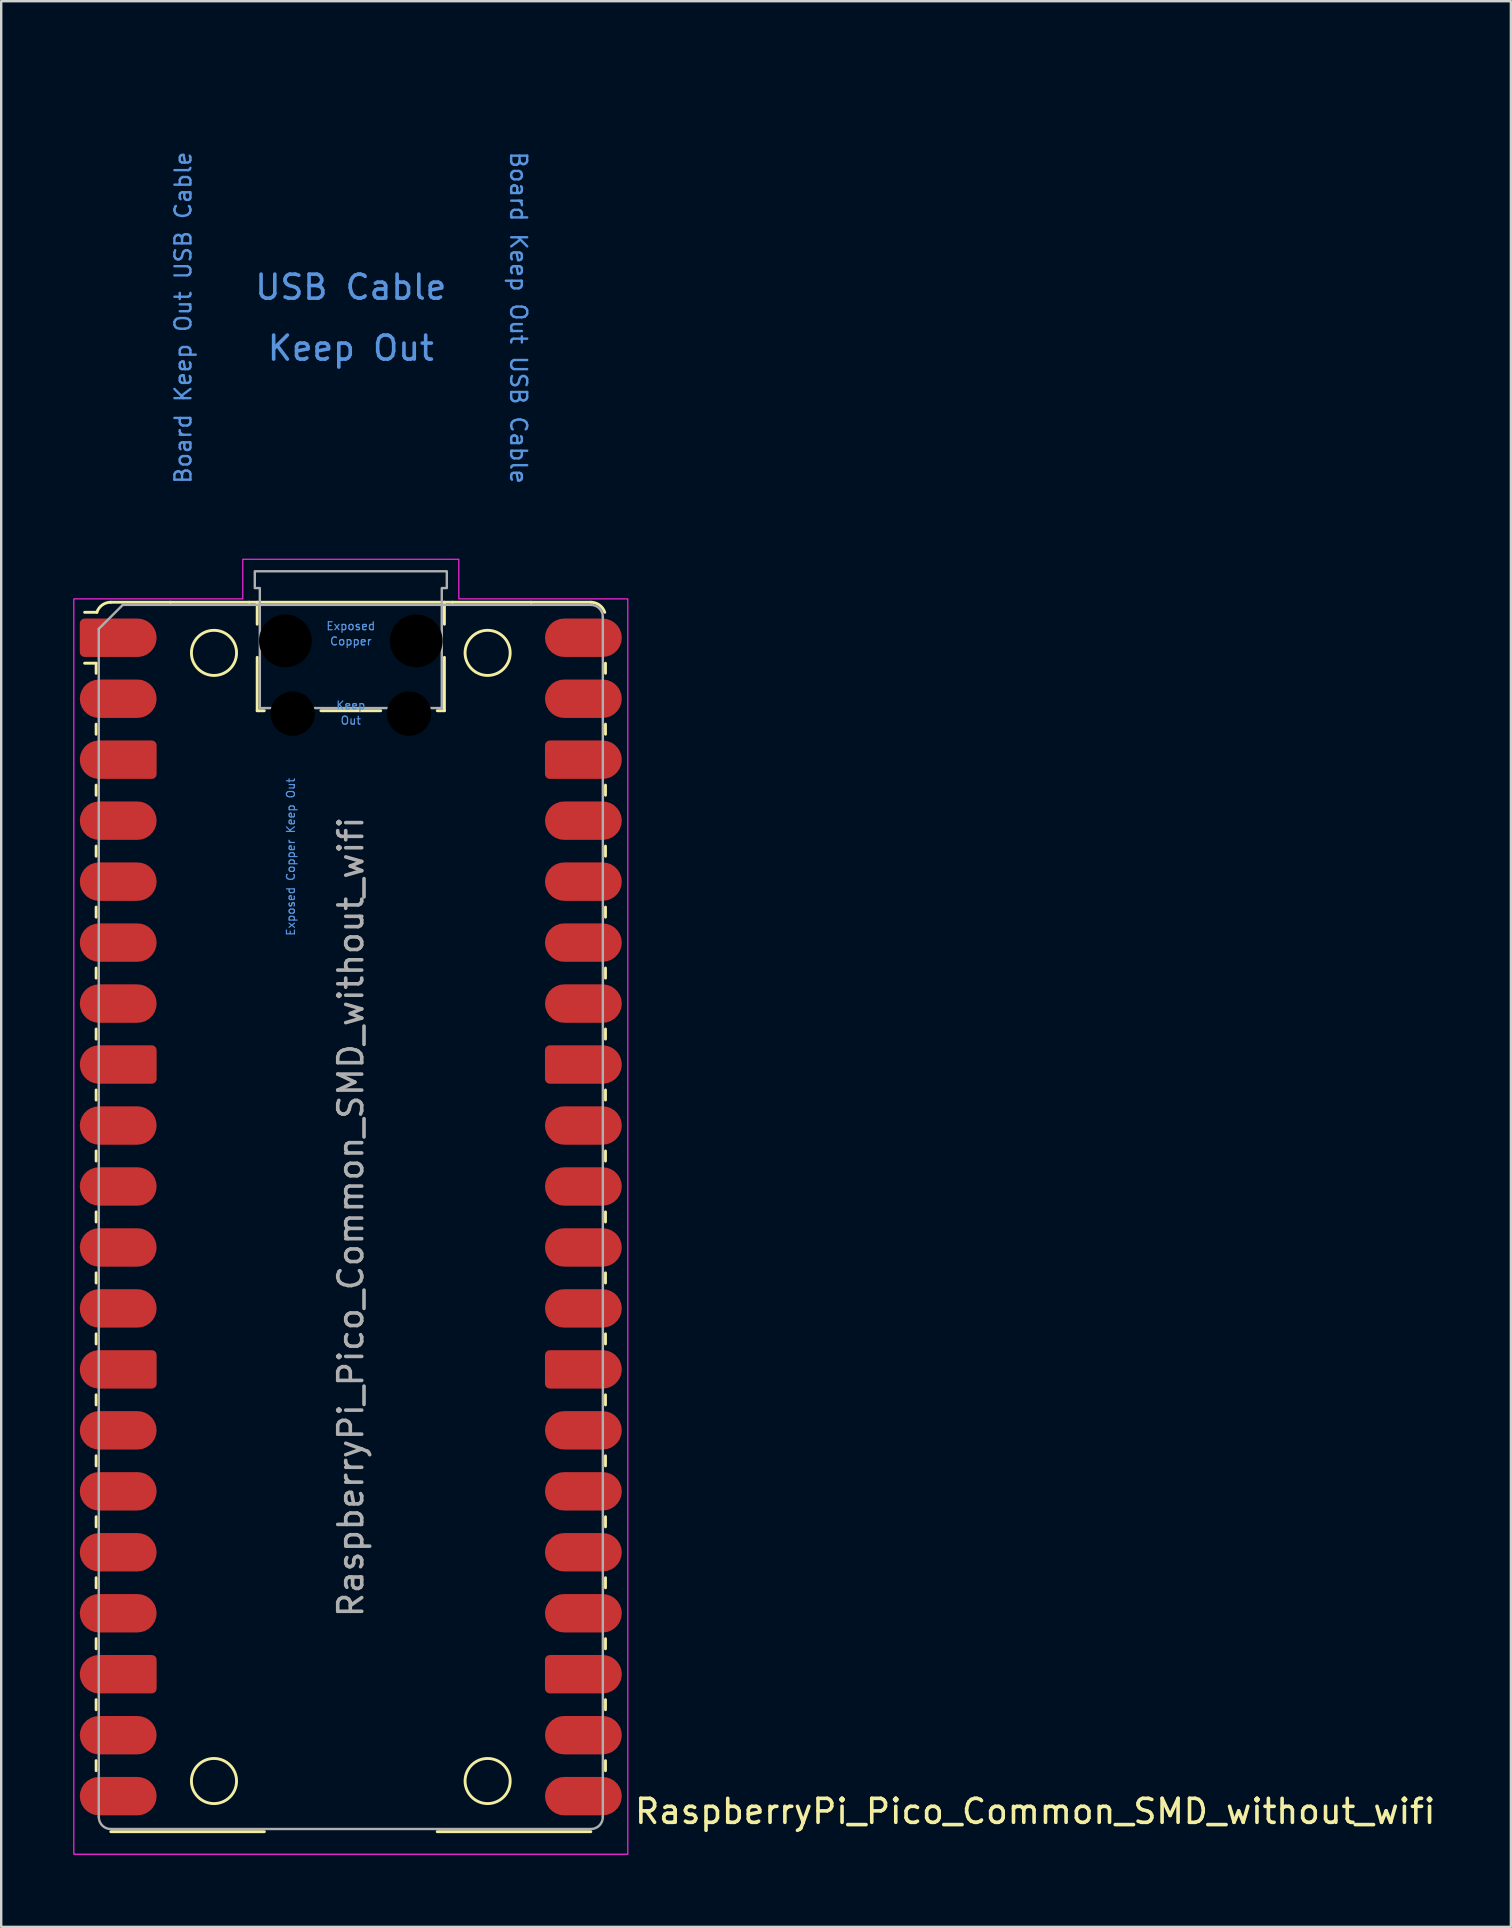
<source format=kicad_pcb>
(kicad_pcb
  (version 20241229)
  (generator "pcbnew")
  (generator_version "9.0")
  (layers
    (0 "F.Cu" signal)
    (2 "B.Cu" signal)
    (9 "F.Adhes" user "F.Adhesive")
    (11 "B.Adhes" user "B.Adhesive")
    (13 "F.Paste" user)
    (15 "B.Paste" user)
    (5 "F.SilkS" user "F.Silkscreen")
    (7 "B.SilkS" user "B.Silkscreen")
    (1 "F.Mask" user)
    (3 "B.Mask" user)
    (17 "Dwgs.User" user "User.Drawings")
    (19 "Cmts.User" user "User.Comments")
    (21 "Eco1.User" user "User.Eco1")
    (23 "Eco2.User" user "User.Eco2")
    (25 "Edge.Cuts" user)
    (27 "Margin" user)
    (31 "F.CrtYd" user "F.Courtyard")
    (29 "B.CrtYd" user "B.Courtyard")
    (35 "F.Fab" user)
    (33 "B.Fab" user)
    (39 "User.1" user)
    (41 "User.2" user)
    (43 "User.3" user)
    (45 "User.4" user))
  (footprint "RaspberryPi_Pico_Common_SMD_without_wifi"
    (layer "F.Cu")
    (at 11.565 47.65)
    (property "Reference" "RaspberryPi_Pico_Common_SMD_without_wifi" (at 11.748 24.765 0) (unlocked yes) (layer "F.SilkS") (effects (font (size 1 1) (thickness 0.15)) (justify left)))
    (attr smd)
    (fp_line (start -10.61 -23.07) (end -11.09 -23.07) (stroke (width 0.12) (type solid)) (layer "F.SilkS"))
    (fp_line (start -10.61 -23.07) (end -10.61 -22.65) (stroke (width 0.12) (type solid)) (layer "F.SilkS"))
    (fp_line (start -10.61 -20.53) (end -10.61 -20.11) (stroke (width 0.12) (type solid)) (layer "F.SilkS"))
    (fp_line (start -10.61 -17.99) (end -10.61 -17.57) (stroke (width 0.12) (type solid)) (layer "F.SilkS"))
    (fp_line (start -10.61 -15.45) (end -10.61 -15.03) (stroke (width 0.12) (type solid)) (layer "F.SilkS"))
    (fp_line (start -10.61 -12.91) (end -10.61 -12.49) (stroke (width 0.12) (type solid)) (layer "F.SilkS"))
    (fp_line (start -10.61 -10.37) (end -10.61 -9.95) (stroke (width 0.12) (type solid)) (layer "F.SilkS"))
    (fp_line (start -10.61 -7.83) (end -10.61 -7.41) (stroke (width 0.12) (type solid)) (layer "F.SilkS"))
    (fp_line (start -10.61 -5.29) (end -10.61 -4.87) (stroke (width 0.12) (type solid)) (layer "F.SilkS"))
    (fp_line (start -10.61 -2.75) (end -10.61 -2.33) (stroke (width 0.12) (type solid)) (layer "F.SilkS"))
    (fp_line (start -10.61 -0.21) (end -10.61 0.21) (stroke (width 0.12) (type solid)) (layer "F.SilkS"))
    (fp_line (start -10.61 2.33) (end -10.61 2.75) (stroke (width 0.12) (type solid)) (layer "F.SilkS"))
    (fp_line (start -10.61 4.87) (end -10.61 5.29) (stroke (width 0.12) (type solid)) (layer "F.SilkS"))
    (fp_line (start -10.61 7.41) (end -10.61 7.83) (stroke (width 0.12) (type solid)) (layer "F.SilkS"))
    (fp_line (start -10.61 9.95) (end -10.61 10.37) (stroke (width 0.12) (type solid)) (layer "F.SilkS"))
    (fp_line (start -10.61 12.49) (end -10.61 12.91) (stroke (width 0.12) (type solid)) (layer "F.SilkS"))
    (fp_line (start -10.61 15.03) (end -10.61 15.45) (stroke (width 0.12) (type solid)) (layer "F.SilkS"))
    (fp_line (start -10.61 17.57) (end -10.61 17.99) (stroke (width 0.12) (type solid)) (layer "F.SilkS"))
    (fp_line (start -10.61 20.11) (end -10.61 20.53) (stroke (width 0.12) (type solid)) (layer "F.SilkS"))
    (fp_line (start -10.61 22.65) (end -10.61 23.07) (stroke (width 0.12) (type solid)) (layer "F.SilkS"))
    (fp_line (start -10.58 -25.19) (end -11.09 -25.19) (stroke (width 0.12) (type solid)) (layer "F.SilkS"))
    (fp_line (start -10 -25.61) (end -7.51 -25.61) (stroke (width 0.12) (type solid)) (layer "F.SilkS"))
    (fp_line (start -10 25.61) (end -3.6 25.61) (stroke (width 0.12) (type solid)) (layer "F.SilkS"))
    (fp_line (start -7.51 -25.61) (end -4.235 -25.61) (stroke (width 0.12) (type solid)) (layer "F.SilkS"))
    (fp_line (start -4.235 -25.61) (end 4.235 -25.61) (stroke (width 0.12) (type solid)) (layer "F.SilkS"))
    (fp_line (start -3.9 -25.61) (end -3.9 -24.694) (stroke (width 0.12) (type solid)) (layer "F.SilkS"))
    (fp_line (start -3.9 -23.315) (end -3.9 -21.09) (stroke (width 0.12) (type solid)) (layer "F.SilkS"))
    (fp_line (start -3.9 -21.09) (end -3.604 -21.09) (stroke (width 0.12) (type solid)) (layer "F.SilkS"))
    (fp_line (start -1.246 -21.09) (end 1.246 -21.09) (stroke (width 0.12) (type solid)) (layer "F.SilkS"))
    (fp_line (start 3.6 25.61) (end 10 25.61) (stroke (width 0.12) (type solid)) (layer "F.SilkS"))
    (fp_line (start 3.604 -21.09) (end 3.9 -21.09) (stroke (width 0.12) (type solid)) (layer "F.SilkS"))
    (fp_line (start 3.9 -25.61) (end 3.9 -24.694) (stroke (width 0.12) (type solid)) (layer "F.SilkS"))
    (fp_line (start 3.9 -23.315) (end 3.9 -21.09) (stroke (width 0.12) (type solid)) (layer "F.SilkS"))
    (fp_line (start 4.235 -25.61) (end 7.51 -25.61) (stroke (width 0.12) (type solid)) (layer "F.SilkS"))
    (fp_line (start 10 -25.61) (end 7.51 -25.61) (stroke (width 0.12) (type solid)) (layer "F.SilkS"))
    (fp_line (start 10.61 -23.07) (end 10.61 -22.65) (stroke (width 0.12) (type solid)) (layer "F.SilkS"))
    (fp_line (start 10.61 -20.53) (end 10.61 -20.11) (stroke (width 0.12) (type solid)) (layer "F.SilkS"))
    (fp_line (start 10.61 -17.99) (end 10.61 -17.57) (stroke (width 0.12) (type solid)) (layer "F.SilkS"))
    (fp_line (start 10.61 -15.45) (end 10.61 -15.03) (stroke (width 0.12) (type solid)) (layer "F.SilkS"))
    (fp_line (start 10.61 -12.91) (end 10.61 -12.49) (stroke (width 0.12) (type solid)) (layer "F.SilkS"))
    (fp_line (start 10.61 -10.37) (end 10.61 -9.95) (stroke (width 0.12) (type solid)) (layer "F.SilkS"))
    (fp_line (start 10.61 -7.83) (end 10.61 -7.41) (stroke (width 0.12) (type solid)) (layer "F.SilkS"))
    (fp_line (start 10.61 -5.29) (end 10.61 -4.87) (stroke (width 0.12) (type solid)) (layer "F.SilkS"))
    (fp_line (start 10.61 -2.75) (end 10.61 -2.33) (stroke (width 0.12) (type solid)) (layer "F.SilkS"))
    (fp_line (start 10.61 -0.21) (end 10.61 0.21) (stroke (width 0.12) (type solid)) (layer "F.SilkS"))
    (fp_line (start 10.61 2.33) (end 10.61 2.75) (stroke (width 0.12) (type solid)) (layer "F.SilkS"))
    (fp_line (start 10.61 4.87) (end 10.61 5.29) (stroke (width 0.12) (type solid)) (layer "F.SilkS"))
    (fp_line (start 10.61 7.41) (end 10.61 7.83) (stroke (width 0.12) (type solid)) (layer "F.SilkS"))
    (fp_line (start 10.61 9.95) (end 10.61 10.37) (stroke (width 0.12) (type solid)) (layer "F.SilkS"))
    (fp_line (start 10.61 12.49) (end 10.61 12.91) (stroke (width 0.12) (type solid)) (layer "F.SilkS"))
    (fp_line (start 10.61 15.03) (end 10.61 15.45) (stroke (width 0.12) (type solid)) (layer "F.SilkS"))
    (fp_line (start 10.61 17.57) (end 10.61 17.99) (stroke (width 0.12) (type solid)) (layer "F.SilkS"))
    (fp_line (start 10.61 20.11) (end 10.61 20.53) (stroke (width 0.12) (type solid)) (layer "F.SilkS"))
    (fp_line (start 10.61 22.65) (end 10.61 23.07) (stroke (width 0.12) (type solid)) (layer "F.SilkS"))
    (fp_arc (start -10.579676 -25.189937) (mid -10.357938 -25.493944) (end -10 -25.61) (stroke (width 0.12) (type solid)) (layer "F.SilkS"))
    (fp_arc (start 10 -25.61) (mid 10.357937 -25.493944) (end 10.579676 -25.189937) (stroke (width 0.12) (type solid)) (layer "F.SilkS"))
    (fp_circle (center -5.7 -23.5) (end -4.76 -23.5) (stroke (width 0.12) (type solid)) (fill no) (layer "F.SilkS"))
    (fp_circle (center -5.7 23.5) (end -4.76 23.5) (stroke (width 0.12) (type solid)) (fill no) (layer "F.SilkS"))
    (fp_circle (center 5.7 -23.5) (end 6.64 -23.5) (stroke (width 0.12) (type solid)) (fill no) (layer "F.SilkS"))
    (fp_circle (center 5.7 23.5) (end 6.64 23.5) (stroke (width 0.12) (type solid)) (fill no) (layer "F.SilkS"))
    (fp_poly (pts (xy -4.5 -27.4) (xy 4.5 -27.4) (xy 4.5 -25.75) (xy 11.54 -25.75) (xy 11.54 26.55) (xy -11.54 26.55) (xy -11.54 -25.75) (xy -4.5 -25.75)) (stroke (width 0.05) (type solid)) (fill no) (layer "F.CrtYd"))
    (fp_line (start -10.5 -24.5) (end -9.5 -25.5) (stroke (width 0.1) (type solid)) (layer "F.Fab"))
    (fp_line (start -10.5 25) (end -10.5 -24.5) (stroke (width 0.1) (type solid)) (layer "F.Fab"))
    (fp_line (start -9.5 -25.5) (end 10 -25.5) (stroke (width 0.1) (type solid)) (layer "F.Fab"))
    (fp_line (start 10 25.5) (end -10 25.5) (stroke (width 0.1) (type solid)) (layer "F.Fab"))
    (fp_line (start 10.5 -25) (end 10.5 25) (stroke (width 0.1) (type solid)) (layer "F.Fab"))
    (fp_arc (start -10 25.5) (mid -10.353553 25.353553) (end -10.5 25) (stroke (width 0.1) (type solid)) (layer "F.Fab"))
    (fp_arc (start 10 -25.5) (mid 10.353553 -25.353553) (end 10.5 -25) (stroke (width 0.1) (type solid)) (layer "F.Fab"))
    (fp_arc (start 10.5 25) (mid 10.353553 25.353553) (end 10 25.5) (stroke (width 0.1) (type solid)) (layer "F.Fab"))
    (fp_poly (pts (xy 3.79 -21.2) (xy 3.79 -26.2) (xy 4 -26.2) (xy 4 -26.9) (xy -4 -26.9) (xy -4 -26.2) (xy -3.79 -26.2) (xy -3.79 -21.2)) (stroke (width 0.1) (type solid)) (fill no) (layer "F.Fab"))
    (fp_text user "Exposed" (at 0 -24.617 0) (unlocked yes) (layer "Cmts.User") (effects (font (size 0.333 0.333) (thickness 0.05))))
    (fp_text user "Board Keep Out USB Cable" (at -6.985 -37.465 90) (unlocked yes) (layer "Cmts.User") (effects (font (size 0.667 0.667) (thickness 0.1))))
    (fp_text user "Keep Out" (at 0 -36.195 0) (unlocked yes) (layer "Cmts.User") (effects (font (size 1 1) (thickness 0.15))))
    (fp_text user "Copper" (at 0 -23.983 0) (unlocked yes) (layer "Cmts.User") (effects (font (size 0.333 0.333) (thickness 0.05))))
    (fp_text user "Out" (at 0 -20.683 0) (unlocked yes) (layer "Cmts.User") (effects (font (size 0.333 0.333) (thickness 0.05))))
    (fp_text user "Keep" (at 0 -21.317 0) (unlocked yes) (layer "Cmts.User") (effects (font (size 0.333 0.333) (thickness 0.05))))
    (fp_text user "USB Cable" (at 0 -38.735 0) (unlocked yes) (layer "Cmts.User") (effects (font (size 1 1) (thickness 0.15))))
    (fp_text user "Board Keep Out USB Cable" (at 6.985 -37.465 270) (unlocked yes) (layer "Cmts.User") (effects (font (size 0.667 0.667) (thickness 0.1))))
    (fp_text user "Exposed Copper Keep Out" (at -2.5 -15 90) (unlocked yes) (layer "Cmts.User") (effects (font (size 0.333 0.333) (thickness 0.05))))
    (fp_text user "${REFERENCE}" (at 0 0 270) (layer "F.Fab") (effects (font (size 1 1) (thickness 0.15))))
    (pad "" np_thru_hole circle (at -2.725 -24) (size 2.2 2.2) (drill 2.2) (layers "*.Mask"))
    (pad "" np_thru_hole circle (at -2.425 -20.97) (size 1.85 1.85) (drill 1.85) (layers "*.Mask"))
    (pad "" np_thru_hole circle (at 2.425 -20.97) (size 1.85 1.85) (drill 1.85) (layers "*.Mask"))
    (pad "" np_thru_hole circle (at 2.725 -24) (size 2.2 2.2) (drill 2.2) (layers "*.Mask"))
    (pad "1" smd custom (at -8.89 -24.13) (size 1.6 1.6) (layers "F.Cu" "F.Mask" "F.Paste") (options (anchor circle)) (primitives (gr_poly (pts (xy -2.4 0.6) (xy -2.4 -0.6) (xy -2.2 -0.8) (xy 0 -0.8) (xy 0 0.8) (xy -2.2 0.8)) (width 0) (fill yes)) (gr_circle (center -2.2 0.6) (end -2 0.6) (width 0) (fill yes)) (gr_circle (center -2.2 -0.6) (end -2 -0.6) (width 0) (fill yes))))
    (pad "2" smd roundrect (at -8.89 -21.59) (size 3.2 1.6) (drill (offset -0.8 0)) (layers "F.Cu" "F.Mask" "F.Paste") (roundrect_rratio 0.5))
    (pad "3" smd custom (at -8.89 -19.05) (size 1.6 1.6) (layers "F.Cu" "F.Mask" "F.Paste") (options (anchor circle)) (primitives (gr_poly (pts (xy 0.8 -0.6) (xy 0.8 0.6) (xy 0.6 0.8) (xy -1.6 0.8) (xy -1.6 -0.8) (xy 0.6 -0.8)) (width 0) (fill yes)) (gr_circle (center 0.6 0.6) (end 0.8 0.6) (width 0) (fill yes)) (gr_circle (center 0.6 -0.6) (end 0.8 -0.6) (width 0) (fill yes)) (gr_circle (center -1.6 0) (end -0.8 0) (width 0) (fill yes))))
    (pad "4" smd roundrect (at -8.89 -16.51) (size 3.2 1.6) (drill (offset -0.8 0)) (layers "F.Cu" "F.Mask" "F.Paste") (roundrect_rratio 0.5))
    (pad "5" smd roundrect (at -8.89 -13.97) (size 3.2 1.6) (drill (offset -0.8 0)) (layers "F.Cu" "F.Mask" "F.Paste") (roundrect_rratio 0.5))
    (pad "6" smd roundrect (at -8.89 -11.43) (size 3.2 1.6) (drill (offset -0.8 0)) (layers "F.Cu" "F.Mask" "F.Paste") (roundrect_rratio 0.5))
    (pad "7" smd roundrect (at -8.89 -8.89) (size 3.2 1.6) (drill (offset -0.8 0)) (layers "F.Cu" "F.Mask" "F.Paste") (roundrect_rratio 0.5))
    (pad "8" smd custom (at -8.89 -6.35) (size 1.6 1.6) (layers "F.Cu" "F.Mask" "F.Paste") (options (anchor circle)) (primitives (gr_poly (pts (xy 0.8 -0.6) (xy 0.8 0.6) (xy 0.6 0.8) (xy -1.6 0.8) (xy -1.6 -0.8) (xy 0.6 -0.8)) (width 0) (fill yes)) (gr_circle (center 0.6 0.6) (end 0.8 0.6) (width 0) (fill yes)) (gr_circle (center 0.6 -0.6) (end 0.8 -0.6) (width 0) (fill yes)) (gr_circle (center -1.6 0) (end -0.8 0) (width 0) (fill yes))))
    (pad "9" smd roundrect (at -8.89 -3.81) (size 3.2 1.6) (drill (offset -0.8 0)) (layers "F.Cu" "F.Mask" "F.Paste") (roundrect_rratio 0.5))
    (pad "10" smd roundrect (at -8.89 -1.27) (size 3.2 1.6) (drill (offset -0.8 0)) (layers "F.Cu" "F.Mask" "F.Paste") (roundrect_rratio 0.5))
    (pad "11" smd roundrect (at -8.89 1.27) (size 3.2 1.6) (drill (offset -0.8 0)) (layers "F.Cu" "F.Mask" "F.Paste") (roundrect_rratio 0.5))
    (pad "12" smd roundrect (at -8.89 3.81) (size 3.2 1.6) (drill (offset -0.8 0)) (layers "F.Cu" "F.Mask" "F.Paste") (roundrect_rratio 0.5))
    (pad "13" smd custom (at -8.89 6.35) (size 1.6 1.6) (layers "F.Cu" "F.Mask" "F.Paste") (options (anchor circle)) (primitives (gr_poly (pts (xy 0.8 -0.6) (xy 0.8 0.6) (xy 0.6 0.8) (xy -1.6 0.8) (xy -1.6 -0.8) (xy 0.6 -0.8)) (width 0) (fill yes)) (gr_circle (center 0.6 0.6) (end 0.8 0.6) (width 0) (fill yes)) (gr_circle (center 0.6 -0.6) (end 0.8 -0.6) (width 0) (fill yes)) (gr_circle (center -1.6 0) (end -0.8 0) (width 0) (fill yes))))
    (pad "14" smd roundrect (at -8.89 8.89) (size 3.2 1.6) (drill (offset -0.8 0)) (layers "F.Cu" "F.Mask" "F.Paste") (roundrect_rratio 0.5))
    (pad "15" smd roundrect (at -8.89 11.43) (size 3.2 1.6) (drill (offset -0.8 0)) (layers "F.Cu" "F.Mask" "F.Paste") (roundrect_rratio 0.5))
    (pad "16" smd roundrect (at -8.89 13.97) (size 3.2 1.6) (drill (offset -0.8 0)) (layers "F.Cu" "F.Mask" "F.Paste") (roundrect_rratio 0.5))
    (pad "17" smd roundrect (at -8.89 16.51) (size 3.2 1.6) (drill (offset -0.8 0)) (layers "F.Cu" "F.Mask" "F.Paste") (roundrect_rratio 0.5))
    (pad "18" smd custom (at -8.89 19.05) (size 1.6 1.6) (layers "F.Cu" "F.Mask" "F.Paste") (options (anchor circle)) (primitives (gr_poly (pts (xy 0.8 -0.6) (xy 0.8 0.6) (xy 0.6 0.8) (xy -1.6 0.8) (xy -1.6 -0.8) (xy 0.6 -0.8)) (width 0) (fill yes)) (gr_circle (center 0.6 0.6) (end 0.8 0.6) (width 0) (fill yes)) (gr_circle (center 0.6 -0.6) (end 0.8 -0.6) (width 0) (fill yes)) (gr_circle (center -1.6 0) (end -0.8 0) (width 0) (fill yes))))
    (pad "19" smd roundrect (at -8.89 21.59) (size 3.2 1.6) (drill (offset -0.8 0)) (layers "F.Cu" "F.Mask" "F.Paste") (roundrect_rratio 0.5))
    (pad "20" smd roundrect (at -8.89 24.13) (size 3.2 1.6) (drill (offset -0.8 0)) (layers "F.Cu" "F.Mask" "F.Paste") (roundrect_rratio 0.5))
    (pad "21" smd roundrect (at 8.89 24.13) (size 3.2 1.6) (drill (offset 0.8 0)) (layers "F.Cu" "F.Mask" "F.Paste") (roundrect_rratio 0.5))
    (pad "22" smd roundrect (at 8.89 21.59) (size 3.2 1.6) (drill (offset 0.8 0)) (layers "F.Cu" "F.Mask" "F.Paste") (roundrect_rratio 0.5))
    (pad "23" smd custom (at 8.89 19.05) (size 1.6 1.6) (layers "F.Cu" "F.Mask" "F.Paste") (options (anchor circle)) (primitives (gr_poly (pts (xy -0.8 -0.6) (xy -0.8 0.6) (xy -0.6 0.8) (xy 1.6 0.8) (xy 1.6 -0.8) (xy -0.6 -0.8)) (width 0) (fill yes)) (gr_circle (center -0.6 0.6) (end -0.4 0.6) (width 0) (fill yes)) (gr_circle (center -0.6 -0.6) (end -0.4 -0.6) (width 0) (fill yes)) (gr_circle (center 1.6 0) (end 2.4 0) (width 0) (fill yes))))
    (pad "24" smd roundrect (at 8.89 16.51) (size 3.2 1.6) (drill (offset 0.8 0)) (layers "F.Cu" "F.Mask" "F.Paste") (roundrect_rratio 0.5))
    (pad "25" smd roundrect (at 8.89 13.97) (size 3.2 1.6) (drill (offset 0.8 0)) (layers "F.Cu" "F.Mask" "F.Paste") (roundrect_rratio 0.5))
    (pad "26" smd roundrect (at 8.89 11.43) (size 3.2 1.6) (drill (offset 0.8 0)) (layers "F.Cu" "F.Mask" "F.Paste") (roundrect_rratio 0.5))
    (pad "27" smd roundrect (at 8.89 8.89) (size 3.2 1.6) (drill (offset 0.8 0)) (layers "F.Cu" "F.Mask" "F.Paste") (roundrect_rratio 0.5))
    (pad "28" smd custom (at 8.89 6.35) (size 1.6 1.6) (layers "F.Cu" "F.Mask" "F.Paste") (options (anchor circle)) (primitives (gr_poly (pts (xy -0.8 -0.6) (xy -0.8 0.6) (xy -0.6 0.8) (xy 1.6 0.8) (xy 1.6 -0.8) (xy -0.6 -0.8)) (width 0) (fill yes)) (gr_circle (center -0.6 0.6) (end -0.4 0.6) (width 0) (fill yes)) (gr_circle (center -0.6 -0.6) (end -0.4 -0.6) (width 0) (fill yes)) (gr_circle (center 1.6 0) (end 2.4 0) (width 0) (fill yes))))
    (pad "29" smd roundrect (at 8.89 3.81) (size 3.2 1.6) (drill (offset 0.8 0)) (layers "F.Cu" "F.Mask" "F.Paste") (roundrect_rratio 0.5))
    (pad "30" smd roundrect (at 8.89 1.27) (size 3.2 1.6) (drill (offset 0.8 0)) (layers "F.Cu" "F.Mask" "F.Paste") (roundrect_rratio 0.5))
    (pad "31" smd roundrect (at 8.89 -1.27) (size 3.2 1.6) (drill (offset 0.8 0)) (layers "F.Cu" "F.Mask" "F.Paste") (roundrect_rratio 0.5))
    (pad "32" smd roundrect (at 8.89 -3.81) (size 3.2 1.6) (drill (offset 0.8 0)) (layers "F.Cu" "F.Mask" "F.Paste") (roundrect_rratio 0.5))
    (pad "33" smd custom (at 8.89 -6.35) (size 1.6 1.6) (layers "F.Cu" "F.Mask" "F.Paste") (options (anchor circle)) (primitives (gr_poly (pts (xy -0.8 -0.6) (xy -0.8 0.6) (xy -0.6 0.8) (xy 1.6 0.8) (xy 1.6 -0.8) (xy -0.6 -0.8)) (width 0) (fill yes)) (gr_circle (center -0.6 0.6) (end -0.4 0.6) (width 0) (fill yes)) (gr_circle (center -0.6 -0.6) (end -0.4 -0.6) (width 0) (fill yes)) (gr_circle (center 1.6 0) (end 2.4 0) (width 0) (fill yes))))
    (pad "34" smd roundrect (at 8.89 -8.89) (size 3.2 1.6) (drill (offset 0.8 0)) (layers "F.Cu" "F.Mask" "F.Paste") (roundrect_rratio 0.5))
    (pad "35" smd roundrect (at 8.89 -11.43) (size 3.2 1.6) (drill (offset 0.8 0)) (layers "F.Cu" "F.Mask" "F.Paste") (roundrect_rratio 0.5))
    (pad "36" smd roundrect (at 8.89 -13.97) (size 3.2 1.6) (drill (offset 0.8 0)) (layers "F.Cu" "F.Mask" "F.Paste") (roundrect_rratio 0.5))
    (pad "37" smd roundrect (at 8.89 -16.51) (size 3.2 1.6) (drill (offset 0.8 0)) (layers "F.Cu" "F.Mask" "F.Paste") (roundrect_rratio 0.5))
    (pad "38" smd custom (at 8.89 -19.05) (size 1.6 1.6) (layers "F.Cu" "F.Mask" "F.Paste") (options (anchor circle)) (primitives (gr_poly (pts (xy -0.8 -0.6) (xy -0.8 0.6) (xy -0.6 0.8) (xy 1.6 0.8) (xy 1.6 -0.8) (xy -0.6 -0.8)) (width 0) (fill yes)) (gr_circle (center -0.6 0.6) (end -0.4 0.6) (width 0) (fill yes)) (gr_circle (center -0.6 -0.6) (end -0.4 -0.6) (width 0) (fill yes)) (gr_circle (center 1.6 0) (end 2.4 0) (width 0) (fill yes))))
    (pad "39" smd roundrect (at 8.89 -21.59) (size 3.2 1.6) (drill (offset 0.8 0)) (layers "F.Cu" "F.Mask" "F.Paste") (roundrect_rratio 0.5))
    (pad "40" smd roundrect (at 8.89 -24.13) (size 3.2 1.6) (drill (offset 0.8 0)) (layers "F.Cu" "F.Mask" "F.Paste") (roundrect_rratio 0.5))
    (zone (net_name "") (layers "F.Cu" "F.Paste") (name "Pad Keep Out TP4") (hatch full 0.5) (connect_pads) (min_thickness 0.25) (filled_areas_thickness no) (keepout (tracks not_allowed) (vias not_allowed) (pads not_allowed) (copperpour not_allowed) (footprints allowed)) (placement (enabled no)) (fill) (polygon (pts (xy 8.549 31.098) (xy 8.423 31.064) (xy 8.309 30.998) (xy 8.217 30.906) (xy 8.151 30.792) (xy 8.117 30.666) (xy 8.115 30.6) (xy 8.115 30.15) (xy 10.015 30.15) (xy 10.015 30.6) (xy 10.013 30.666) (xy 9.979 30.792) (xy 9.913 30.906) (xy 9.821 30.998) (xy 9.707 31.064) (xy 9.581 31.098) (xy 9.515 31.1) (xy 8.615 31.1))))
    (zone (net_name "") (layers "F.Cu" "F.Paste") (name "Pad Keep Out TP5") (hatch full 0.5) (connect_pads) (min_thickness 0.25) (filled_areas_thickness no) (keepout (tracks not_allowed) (vias not_allowed) (pads not_allowed) (copperpour not_allowed) (footprints allowed)) (placement (enabled no)) (fill) (polygon (pts (xy 8.549 33.598) (xy 8.423 33.564) (xy 8.309 33.498) (xy 8.217 33.406) (xy 8.151 33.292) (xy 8.117 33.166) (xy 8.115 33.1) (xy 8.115 32.65) (xy 10.015 32.65) (xy 10.015 33.1) (xy 10.013 33.166) (xy 9.979 33.292) (xy 9.913 33.406) (xy 9.821 33.498) (xy 9.707 33.564) (xy 9.581 33.598) (xy 9.515 33.6) (xy 8.615 33.6))))
    (zone (net_name "") (layers "F.Cu" "F.Paste") (name "Pad Keep Out TP6") (hatch full 0.5) (connect_pads) (min_thickness 0.25) (filled_areas_thickness no) (keepout (tracks not_allowed) (vias not_allowed) (pads not_allowed) (copperpour not_allowed) (footprints allowed)) (placement (enabled no)) (fill) (polygon (pts (xy 8.549 36.098) (xy 8.423 36.064) (xy 8.309 35.998) (xy 8.217 35.906) (xy 8.151 35.792) (xy 8.117 35.666) (xy 8.115 35.6) (xy 8.115 35.15) (xy 10.015 35.15) (xy 10.015 35.6) (xy 10.013 35.666) (xy 9.979 35.792) (xy 9.913 35.906) (xy 9.821 35.998) (xy 9.707 36.064) (xy 9.581 36.098) (xy 9.515 36.1) (xy 8.615 36.1))))
    (zone (net_name "") (layers "F.Cu" "F.Paste") (name "Pad Keep Out TP3") (hatch full 0.5) (connect_pads) (min_thickness 0.25) (filled_areas_thickness no) (keepout (tracks not_allowed) (vias not_allowed) (pads not_allowed) (copperpour not_allowed) (footprints allowed)) (placement (enabled no)) (fill) (polygon (pts (xy 9.617 22.834) (xy 9.651 22.708) (xy 9.717 22.594) (xy 9.809 22.502) (xy 9.923 22.436) (xy 10.049 22.402) (xy 10.115 22.4) (xy 10.565 22.4) (xy 10.565 24.3) (xy 10.115 24.3) (xy 10.049 24.298) (xy 9.923 24.264) (xy 9.809 24.198) (xy 9.717 24.106) (xy 9.651 23.992) (xy 9.617 23.866) (xy 9.615 23.8) (xy 9.615 22.9))))
    (zone (net_name "") (layers "F.Cu" "F.Paste") (name "Pad Keep Out TP4") (hatch full 0.5) (connect_pads) (min_thickness 0.25) (filled_areas_thickness no) (keepout (tracks not_allowed) (vias not_allowed) (pads not_allowed) (copperpour not_allowed) (footprints allowed)) (placement (enabled no)) (fill) (polygon (pts (xy 10.015 30.15) (xy 10.015 29.7) (xy 10.013 29.634) (xy 9.979 29.508) (xy 9.913 29.394) (xy 9.821 29.302) (xy 9.707 29.236) (xy 9.581 29.202) (xy 9.515 29.2) (xy 8.615 29.2) (xy 8.549 29.202) (xy 8.423 29.236) (xy 8.309 29.302) (xy 8.217 29.394) (xy 8.151 29.508) (xy 8.117 29.634) (xy 8.115 29.7) (xy 8.115 30.15))))
    (zone (net_name "") (layers "F.Cu" "F.Paste") (name "Pad Keep Out TP5") (hatch full 0.5) (connect_pads) (min_thickness 0.25) (filled_areas_thickness no) (keepout (tracks not_allowed) (vias not_allowed) (pads not_allowed) (copperpour not_allowed) (footprints allowed)) (placement (enabled no)) (fill) (polygon (pts (xy 10.015 32.65) (xy 10.015 32.2) (xy 10.013 32.134) (xy 9.979 32.008) (xy 9.913 31.894) (xy 9.821 31.802) (xy 9.707 31.736) (xy 9.581 31.702) (xy 9.515 31.7) (xy 8.615 31.7) (xy 8.549 31.702) (xy 8.423 31.736) (xy 8.309 31.802) (xy 8.217 31.894) (xy 8.151 32.008) (xy 8.117 32.134) (xy 8.115 32.2) (xy 8.115 32.65))))
    (zone (net_name "") (layers "F.Cu" "F.Paste") (name "Pad Keep Out TP6") (hatch full 0.5) (connect_pads) (min_thickness 0.25) (filled_areas_thickness no) (keepout (tracks not_allowed) (vias not_allowed) (pads not_allowed) (copperpour not_allowed) (footprints allowed)) (placement (enabled no)) (fill) (polygon (pts (xy 10.015 35.15) (xy 10.015 34.7) (xy 10.013 34.634) (xy 9.979 34.508) (xy 9.913 34.394) (xy 9.821 34.302) (xy 9.707 34.236) (xy 9.581 34.202) (xy 9.515 34.2) (xy 8.615 34.2) (xy 8.549 34.202) (xy 8.423 34.236) (xy 8.309 34.302) (xy 8.217 34.394) (xy 8.151 34.508) (xy 8.117 34.634) (xy 8.115 34.7) (xy 8.115 35.15))))
    (zone (net_name "") (layers "F.Cu" "F.Paste") (name "Pad Keep Out TP3") (hatch full 0.5) (connect_pads) (min_thickness 0.25) (filled_areas_thickness no) (keepout (tracks not_allowed) (vias not_allowed) (pads not_allowed) (copperpour not_allowed) (footprints allowed)) (placement (enabled no)) (fill) (polygon (pts (xy 10.565 24.3) (xy 11.015 24.3) (xy 11.081 24.298) (xy 11.207 24.264) (xy 11.321 24.198) (xy 11.413 24.106) (xy 11.479 23.992) (xy 11.513 23.866) (xy 11.515 23.8) (xy 11.515 22.9) (xy 11.513 22.834) (xy 11.479 22.708) (xy 11.413 22.594) (xy 11.321 22.502) (xy 11.207 22.436) (xy 11.081 22.402) (xy 11.015 22.4) (xy 10.565 22.4))))
    (zone (net_name "") (layers "F.Cu" "F.Paste") (name "Pad Keep Out TP1") (hatch full 0.5) (connect_pads) (min_thickness 0.25) (filled_areas_thickness no) (keepout (tracks not_allowed) (vias not_allowed) (pads not_allowed) (copperpour not_allowed) (footprints allowed)) (placement (enabled no)) (fill) (polygon (pts (xy 10.617 26.134) (xy 10.651 26.008) (xy 10.717 25.894) (xy 10.809 25.802) (xy 10.923 25.736) (xy 11.049 25.702) (xy 11.115 25.7) (xy 11.565 25.7) (xy 11.565 27.6) (xy 11.115 27.6) (xy 11.049 27.598) (xy 10.923 27.564) (xy 10.809 27.498) (xy 10.717 27.406) (xy 10.651 27.292) (xy 10.617 27.166) (xy 10.615 27.1) (xy 10.615 26.2))))
    (zone (net_name "") (layers "F.Cu" "F.Paste") (name "Pad Keep Out TP1") (hatch full 0.5) (connect_pads) (min_thickness 0.25) (filled_areas_thickness no) (keepout (tracks not_allowed) (vias not_allowed) (pads not_allowed) (copperpour not_allowed) (footprints allowed)) (placement (enabled no)) (fill) (polygon (pts (xy 11.565 27.6) (xy 12.015 27.6) (xy 12.081 27.598) (xy 12.207 27.564) (xy 12.321 27.498) (xy 12.413 27.406) (xy 12.479 27.292) (xy 12.513 27.166) (xy 12.515 27.1) (xy 12.515 26.2) (xy 12.513 26.134) (xy 12.479 26.008) (xy 12.413 25.894) (xy 12.321 25.802) (xy 12.207 25.736) (xy 12.081 25.702) (xy 12.015 25.7) (xy 11.565 25.7))))
    (zone (net_name "") (layers "F.Cu" "F.Paste") (name "Pad Keep Out TP2") (hatch full 0.5) (connect_pads) (min_thickness 0.25) (filled_areas_thickness no) (keepout (tracks not_allowed) (vias not_allowed) (pads not_allowed) (copperpour not_allowed) (footprints allowed)) (placement (enabled no)) (fill) (polygon (pts (xy 11.617 22.849) (xy 11.651 22.723) (xy 11.717 22.609) (xy 11.809 22.517) (xy 11.923 22.451) (xy 12.049 22.417) (xy 12.115 22.415) (xy 12.565 22.415) (xy 12.565 24.315) (xy 12.115 24.315) (xy 12.049 24.313) (xy 11.923 24.279) (xy 11.809 24.213) (xy 11.717 24.121) (xy 11.651 24.007) (xy 11.617 23.881) (xy 11.615 23.815) (xy 11.615 22.915))))
    (zone (net_name "") (layers "F.Cu" "F.Paste") (name "Pad Keep Out TP2") (hatch full 0.5) (connect_pads) (min_thickness 0.25) (filled_areas_thickness no) (keepout (tracks not_allowed) (vias not_allowed) (pads not_allowed) (copperpour not_allowed) (footprints allowed)) (placement (enabled no)) (fill) (polygon (pts (xy 12.565 24.315) (xy 13.015 24.315) (xy 13.081 24.313) (xy 13.207 24.279) (xy 13.321 24.213) (xy 13.413 24.121) (xy 13.479 24.007) (xy 13.513 23.881) (xy 13.515 23.815) (xy 13.515 22.915) (xy 13.513 22.849) (xy 13.479 22.723) (xy 13.413 22.609) (xy 13.321 22.517) (xy 13.207 22.451) (xy 13.081 22.417) (xy 13.015 22.415) (xy 12.565 22.415))))
    (zone (net_name "") (layer "Edge.Cuts") (name "Board Keep Out USB Cable") (hatch edge 0.5) (connect_pads) (min_thickness 0.254) (filled_areas_thickness no) (keepout (tracks allowed) (vias allowed) (pads allowed) (copperpour allowed) (footprints allowed)) (placement (enabled no)) (fill) (polygon (pts (xy 5.365 0) (xy 17.765 0) (xy 17.765 20.4) (xy 5.365 20.4))))
    (zone (net_name "") (layer "F.CrtYd") (name "USB Cable Keep Out") (hatch full 0.5) (connect_pads) (min_thickness 0.254) (filled_areas_thickness no) (keepout (tracks allowed) (vias allowed) (pads allowed) (copperpour allowed) (footprints not_allowed)) (placement (enabled no)) (fill) (polygon (pts (xy 5.815 19.95) (xy 7.625 19.95) (xy 7.625 20.25) (xy 15.505 20.25) (xy 15.505 19.95) (xy 17.315 19.95) (xy 17.315 0.45) (xy 5.815 0.45)))))
  (gr_rect
    (start -3 -3)
    (end 59.896 77.225)
    (stroke (width 0.1) (type default))
    (fill no)
    (layer "Edge.Cuts")))
</source>
